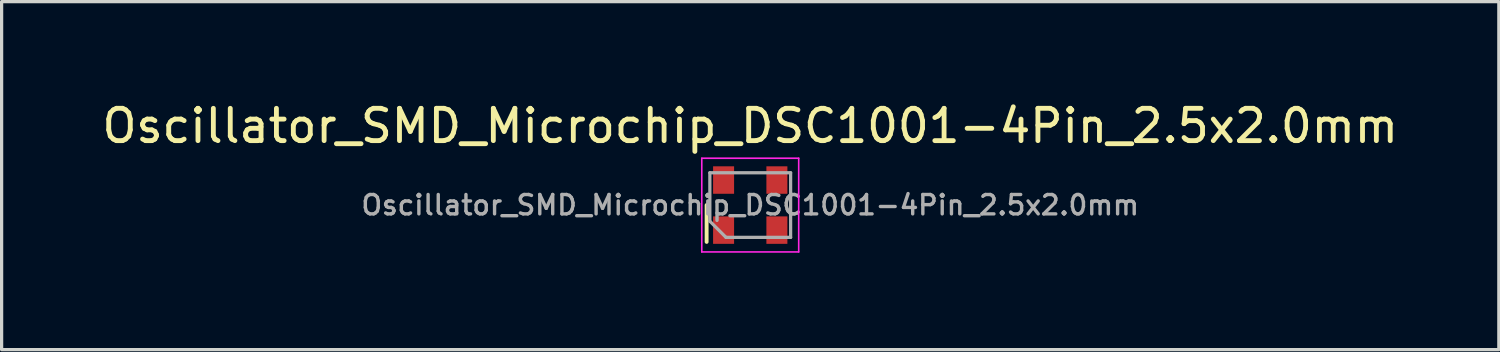
<source format=kicad_pcb>
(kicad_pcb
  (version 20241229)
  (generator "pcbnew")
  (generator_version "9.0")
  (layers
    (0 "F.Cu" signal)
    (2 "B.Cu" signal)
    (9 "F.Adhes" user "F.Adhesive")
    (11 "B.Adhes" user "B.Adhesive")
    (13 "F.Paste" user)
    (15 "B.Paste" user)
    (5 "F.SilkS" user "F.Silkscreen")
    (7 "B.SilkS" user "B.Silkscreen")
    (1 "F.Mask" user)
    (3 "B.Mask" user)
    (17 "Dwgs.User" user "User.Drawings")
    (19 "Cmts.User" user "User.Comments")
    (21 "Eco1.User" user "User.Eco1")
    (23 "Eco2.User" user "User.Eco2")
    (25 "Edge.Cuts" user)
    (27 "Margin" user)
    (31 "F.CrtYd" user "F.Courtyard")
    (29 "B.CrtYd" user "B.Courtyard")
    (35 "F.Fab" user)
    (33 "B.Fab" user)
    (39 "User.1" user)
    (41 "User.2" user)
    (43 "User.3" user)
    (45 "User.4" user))
  (footprint "Oscillator_SMD_Microchip_DSC1001-4Pin_2.5x2.0mm"
    (layer "F.Cu")
    (at 20.173 3.298)
    (property "Reference" "Oscillator_SMD_Microchip_DSC1001-4Pin_2.5x2.0mm" (at 0 -2.45 0) (layer "F.SilkS") (effects (font (size 1 1) (thickness 0.15))))
    (attr smd)
    (fp_line (start -1.35 0) (end -1.35 1.14) (stroke (width 0.12) (type solid)) (layer "F.SilkS"))
    (fp_line (start -1.5 -1.45) (end -1.5 1.45) (stroke (width 0.05) (type solid)) (layer "F.CrtYd"))
    (fp_line (start -1.5 1.45) (end 1.5 1.45) (stroke (width 0.05) (type solid)) (layer "F.CrtYd"))
    (fp_line (start 1.5 -1.45) (end -1.5 -1.45) (stroke (width 0.05) (type solid)) (layer "F.CrtYd"))
    (fp_line (start 1.5 1.45) (end 1.5 -1.45) (stroke (width 0.05) (type solid)) (layer "F.CrtYd"))
    (fp_line (start -1.25 -1) (end 1.25 -1) (stroke (width 0.1) (type solid)) (layer "F.Fab"))
    (fp_line (start -1.25 0.5) (end -1.25 -1) (stroke (width 0.1) (type solid)) (layer "F.Fab"))
    (fp_line (start -1.25 0.5) (end -0.75 1) (stroke (width 0.1) (type solid)) (layer "F.Fab"))
    (fp_line (start 1.25 -1) (end 1.25 1) (stroke (width 0.1) (type solid)) (layer "F.Fab"))
    (fp_line (start 1.25 1) (end -0.75 1) (stroke (width 0.1) (type solid)) (layer "F.Fab"))
    (fp_text user "${REFERENCE}" (at 0 0 0) (layer "F.Fab") (effects (font (size 0.6 0.6) (thickness 0.105))))
    (pad "1" smd rect (at -0.825 0.775) (size 0.65 0.85) (layers "F.Cu" "F.Mask" "F.Paste"))
    (pad "2" smd rect (at 0.825 0.775) (size 0.65 0.85) (layers "F.Cu" "F.Mask" "F.Paste"))
    (pad "3" smd rect (at 0.825 -0.775) (size 0.65 0.85) (layers "F.Cu" "F.Mask" "F.Paste"))
    (pad "4" smd rect (at -0.825 -0.775) (size 0.65 0.85) (layers "F.Cu" "F.Mask" "F.Paste")))
  (gr_rect
    (start -3 -3)
    (end 43.345 7.773)
    (stroke (width 0.1) (type default))
    (fill no)
    (layer "Edge.Cuts")))
</source>
